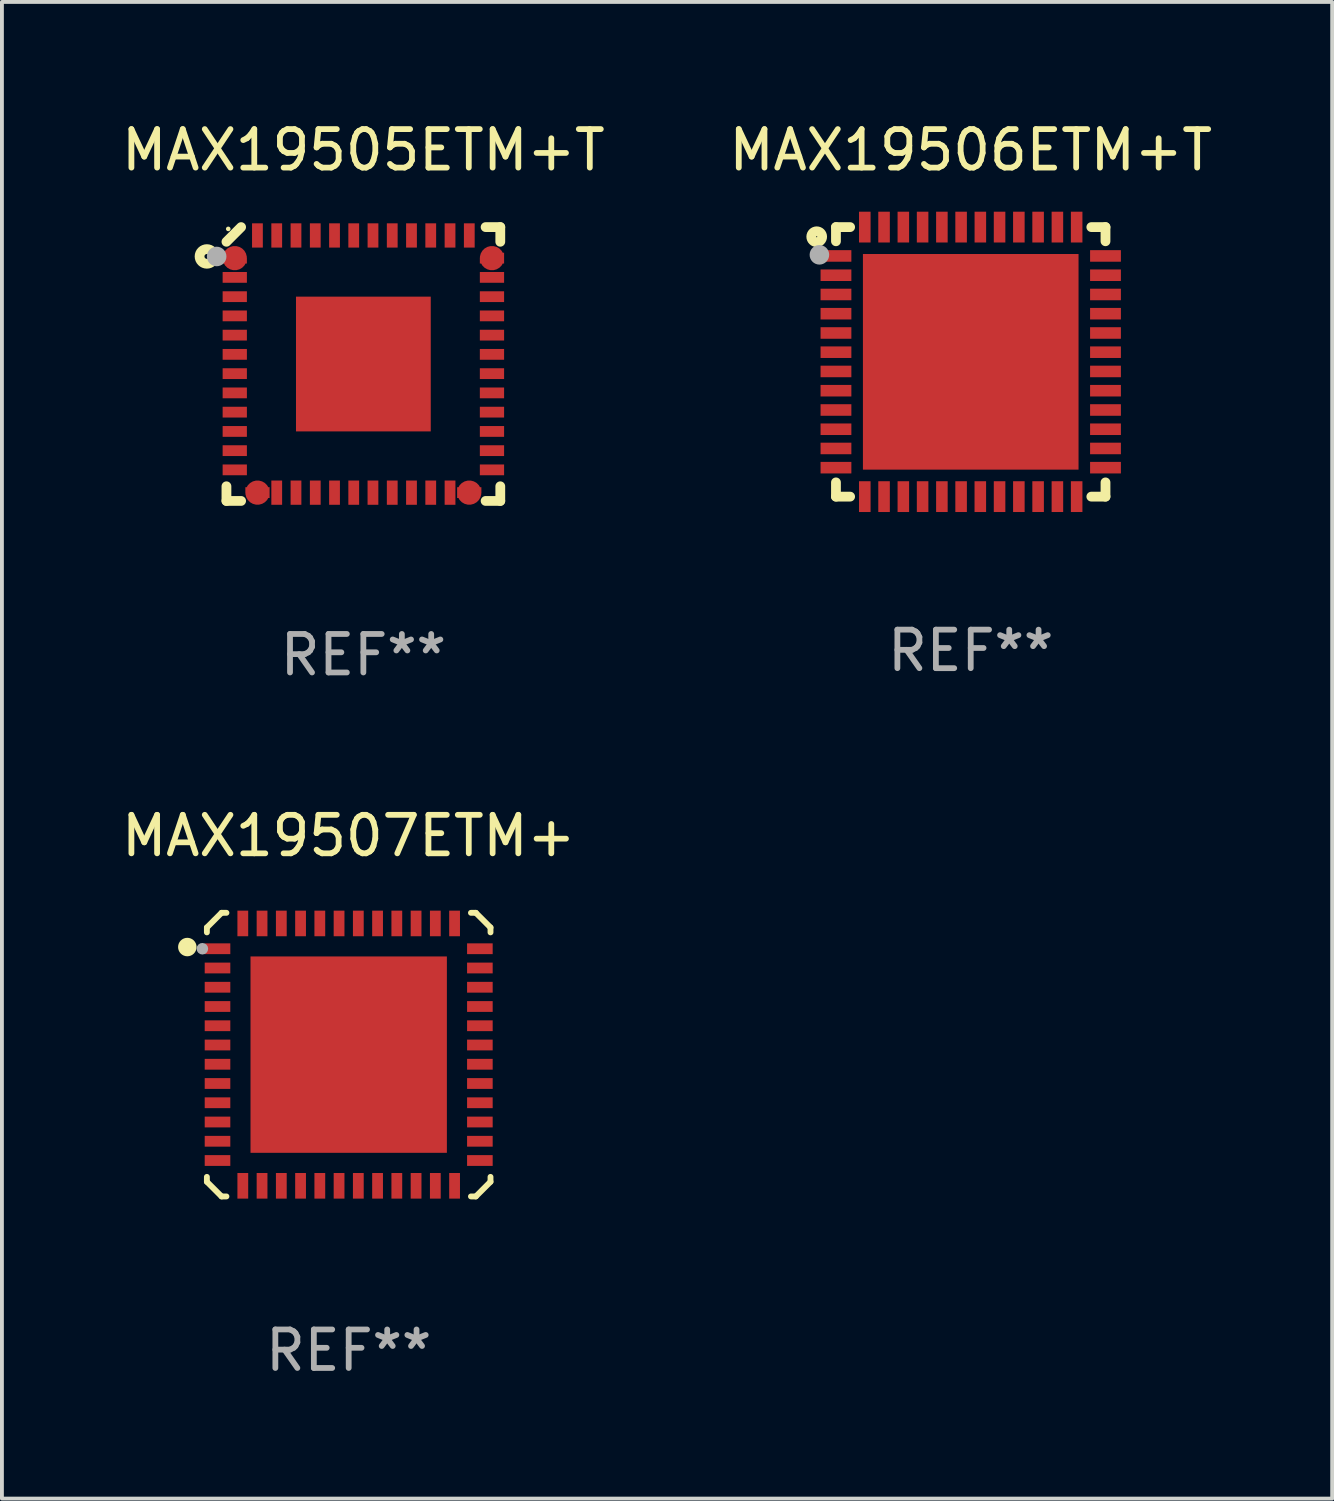
<source format=kicad_pcb>
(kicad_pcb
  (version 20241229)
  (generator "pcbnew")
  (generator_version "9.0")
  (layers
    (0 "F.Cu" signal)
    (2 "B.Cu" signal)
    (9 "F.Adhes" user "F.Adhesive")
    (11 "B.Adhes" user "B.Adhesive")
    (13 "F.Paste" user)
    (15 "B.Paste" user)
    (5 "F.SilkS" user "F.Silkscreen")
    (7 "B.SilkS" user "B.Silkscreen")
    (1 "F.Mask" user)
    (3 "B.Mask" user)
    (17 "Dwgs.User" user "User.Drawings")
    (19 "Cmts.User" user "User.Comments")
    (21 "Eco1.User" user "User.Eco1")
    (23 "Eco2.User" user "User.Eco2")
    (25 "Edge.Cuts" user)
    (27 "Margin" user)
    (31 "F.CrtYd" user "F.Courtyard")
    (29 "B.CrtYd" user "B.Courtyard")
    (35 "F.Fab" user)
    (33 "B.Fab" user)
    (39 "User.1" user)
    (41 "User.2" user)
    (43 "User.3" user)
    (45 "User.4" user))
  (footprint "MAX19507ETM+"
    (layer "F.Cu")
    (at 6.006 24.34)
    (property "Reference" "MAX19507ETM+" (at 0 -5.683 0) (layer "F.SilkS") (effects (font (size 1 1) (thickness 0.15))))
    (attr through_hole)
    (fp_line (start -3.683 -3.302) (end -3.302 -3.683) (stroke (width 0.152) (type solid)) (layer "F.SilkS"))
    (fp_line (start -3.683 -3.175) (end -3.683 -3.302) (stroke (width 0.152) (type solid)) (layer "F.SilkS"))
    (fp_line (start -3.683 3.302) (end -3.683 3.175) (stroke (width 0.152) (type solid)) (layer "F.SilkS"))
    (fp_line (start -3.302 -3.683) (end -3.175 -3.683) (stroke (width 0.152) (type solid)) (layer "F.SilkS"))
    (fp_line (start -3.302 3.683) (end -3.683 3.302) (stroke (width 0.152) (type solid)) (layer "F.SilkS"))
    (fp_line (start -3.175 3.683) (end -3.302 3.683) (stroke (width 0.152) (type solid)) (layer "F.SilkS"))
    (fp_line (start 3.175 -3.683) (end 3.302 -3.683) (stroke (width 0.152) (type solid)) (layer "F.SilkS"))
    (fp_line (start 3.302 -3.683) (end 3.683 -3.302) (stroke (width 0.152) (type solid)) (layer "F.SilkS"))
    (fp_line (start 3.302 3.683) (end 3.175 3.683) (stroke (width 0.152) (type solid)) (layer "F.SilkS"))
    (fp_line (start 3.683 -3.302) (end 3.683 -3.175) (stroke (width 0.152) (type solid)) (layer "F.SilkS"))
    (fp_line (start 3.683 3.175) (end 3.683 3.302) (stroke (width 0.152) (type solid)) (layer "F.SilkS"))
    (fp_line (start 3.683 3.302) (end 3.302 3.683) (stroke (width 0.152) (type solid)) (layer "F.SilkS"))
    (fp_circle (center -4.191 -2.794) (end -4.071 -2.794) (stroke (width 0.24) (type solid)) (fill no) (layer "F.SilkS"))
    (fp_circle (center -3.5 -3.5) (end -3.47 -3.5) (stroke (width 0.06) (type solid)) (fill no) (layer "F.SilkS"))
    (fp_circle (center -3.8 -2.75) (end -3.725 -2.75) (stroke (width 0.15) (type solid)) (fill no) (layer "F.Fab"))
    (fp_text user "REF**" (at 0 7.683 0) (layer "F.Fab") (effects (font (size 1 1) (thickness 0.15))))
    (pad "1" smd rect (at -3.407 -2.75) (size 0.665 0.28) (layers "F.Cu" "F.Mask" "F.Paste"))
    (pad "2" smd rect (at -3.407 -2.25) (size 0.665 0.28) (layers "F.Cu" "F.Mask" "F.Paste"))
    (pad "3" smd rect (at -3.407 -1.75) (size 0.665 0.28) (layers "F.Cu" "F.Mask" "F.Paste"))
    (pad "4" smd rect (at -3.407 -1.25) (size 0.665 0.28) (layers "F.Cu" "F.Mask" "F.Paste"))
    (pad "5" smd rect (at -3.407 -0.75) (size 0.665 0.28) (layers "F.Cu" "F.Mask" "F.Paste"))
    (pad "6" smd rect (at -3.407 -0.25) (size 0.665 0.28) (layers "F.Cu" "F.Mask" "F.Paste"))
    (pad "7" smd rect (at -3.407 0.25) (size 0.665 0.28) (layers "F.Cu" "F.Mask" "F.Paste"))
    (pad "8" smd rect (at -3.407 0.75) (size 0.665 0.28) (layers "F.Cu" "F.Mask" "F.Paste"))
    (pad "9" smd rect (at -3.407 1.25) (size 0.665 0.28) (layers "F.Cu" "F.Mask" "F.Paste"))
    (pad "10" smd rect (at -3.407 1.75) (size 0.665 0.28) (layers "F.Cu" "F.Mask" "F.Paste"))
    (pad "11" smd rect (at -3.407 2.25) (size 0.665 0.28) (layers "F.Cu" "F.Mask" "F.Paste"))
    (pad "12" smd rect (at -3.407 2.75) (size 0.665 0.28) (layers "F.Cu" "F.Mask" "F.Paste"))
    (pad "13" smd rect (at -2.75 3.407) (size 0.28 0.665) (layers "F.Cu" "F.Mask" "F.Paste"))
    (pad "14" smd rect (at -2.25 3.407) (size 0.28 0.665) (layers "F.Cu" "F.Mask" "F.Paste"))
    (pad "15" smd rect (at -1.75 3.407) (size 0.28 0.665) (layers "F.Cu" "F.Mask" "F.Paste"))
    (pad "16" smd rect (at -1.25 3.407) (size 0.28 0.665) (layers "F.Cu" "F.Mask" "F.Paste"))
    (pad "17" smd rect (at -0.75 3.407) (size 0.28 0.665) (layers "F.Cu" "F.Mask" "F.Paste"))
    (pad "18" smd rect (at -0.25 3.407) (size 0.28 0.665) (layers "F.Cu" "F.Mask" "F.Paste"))
    (pad "19" smd rect (at 0.25 3.407) (size 0.28 0.665) (layers "F.Cu" "F.Mask" "F.Paste"))
    (pad "20" smd rect (at 0.75 3.407) (size 0.28 0.665) (layers "F.Cu" "F.Mask" "F.Paste"))
    (pad "21" smd rect (at 1.25 3.407) (size 0.28 0.665) (layers "F.Cu" "F.Mask" "F.Paste"))
    (pad "22" smd rect (at 1.75 3.407) (size 0.28 0.665) (layers "F.Cu" "F.Mask" "F.Paste"))
    (pad "23" smd rect (at 2.25 3.407) (size 0.28 0.665) (layers "F.Cu" "F.Mask" "F.Paste"))
    (pad "24" smd rect (at 2.75 3.407) (size 0.28 0.665) (layers "F.Cu" "F.Mask" "F.Paste"))
    (pad "25" smd rect (at 3.407 2.75) (size 0.665 0.28) (layers "F.Cu" "F.Mask" "F.Paste"))
    (pad "26" smd rect (at 3.407 2.25) (size 0.665 0.28) (layers "F.Cu" "F.Mask" "F.Paste"))
    (pad "27" smd rect (at 3.407 1.75) (size 0.665 0.28) (layers "F.Cu" "F.Mask" "F.Paste"))
    (pad "28" smd rect (at 3.407 1.25) (size 0.665 0.28) (layers "F.Cu" "F.Mask" "F.Paste"))
    (pad "29" smd rect (at 3.407 0.75) (size 0.665 0.28) (layers "F.Cu" "F.Mask" "F.Paste"))
    (pad "30" smd rect (at 3.407 0.25) (size 0.665 0.28) (layers "F.Cu" "F.Mask" "F.Paste"))
    (pad "31" smd rect (at 3.407 -0.25) (size 0.665 0.28) (layers "F.Cu" "F.Mask" "F.Paste"))
    (pad "32" smd rect (at 3.407 -0.75) (size 0.665 0.28) (layers "F.Cu" "F.Mask" "F.Paste"))
    (pad "33" smd rect (at 3.407 -1.25) (size 0.665 0.28) (layers "F.Cu" "F.Mask" "F.Paste"))
    (pad "34" smd rect (at 3.407 -1.75) (size 0.665 0.28) (layers "F.Cu" "F.Mask" "F.Paste"))
    (pad "35" smd rect (at 3.407 -2.25) (size 0.665 0.28) (layers "F.Cu" "F.Mask" "F.Paste"))
    (pad "36" smd rect (at 3.407 -2.75) (size 0.665 0.28) (layers "F.Cu" "F.Mask" "F.Paste"))
    (pad "37" smd rect (at 2.75 -3.407) (size 0.28 0.665) (layers "F.Cu" "F.Mask" "F.Paste"))
    (pad "38" smd rect (at 2.25 -3.407) (size 0.28 0.665) (layers "F.Cu" "F.Mask" "F.Paste"))
    (pad "39" smd rect (at 1.75 -3.407) (size 0.28 0.665) (layers "F.Cu" "F.Mask" "F.Paste"))
    (pad "40" smd rect (at 1.25 -3.407) (size 0.28 0.665) (layers "F.Cu" "F.Mask" "F.Paste"))
    (pad "41" smd rect (at 0.75 -3.407) (size 0.28 0.665) (layers "F.Cu" "F.Mask" "F.Paste"))
    (pad "42" smd rect (at 0.25 -3.407) (size 0.28 0.665) (layers "F.Cu" "F.Mask" "F.Paste"))
    (pad "43" smd rect (at -0.25 -3.407) (size 0.28 0.665) (layers "F.Cu" "F.Mask" "F.Paste"))
    (pad "44" smd rect (at -0.75 -3.407) (size 0.28 0.665) (layers "F.Cu" "F.Mask" "F.Paste"))
    (pad "45" smd rect (at -1.25 -3.407) (size 0.28 0.665) (layers "F.Cu" "F.Mask" "F.Paste"))
    (pad "46" smd rect (at -1.75 -3.407) (size 0.28 0.665) (layers "F.Cu" "F.Mask" "F.Paste"))
    (pad "47" smd rect (at -2.25 -3.407) (size 0.28 0.665) (layers "F.Cu" "F.Mask" "F.Paste"))
    (pad "48" smd rect (at -2.75 -3.407) (size 0.28 0.665) (layers "F.Cu" "F.Mask" "F.Paste"))
    (pad "49" smd rect (at 0 0) (size 5.1 5.1) (layers "F.Cu" "F.Mask" "F.Paste")))
  (footprint "MAX19506ETM+T"
    (layer "F.Cu")
    (at 22.161 6.348)
    (property "Reference" "MAX19506ETM+T" (at 0 -5.5 0) (layer "F.SilkS") (effects (font (size 1 1) (thickness 0.15))))
    (attr through_hole)
    (fp_line (start -3.5 -3.5) (end -3.132 -3.5) (stroke (width 0.254) (type solid)) (layer "F.SilkS"))
    (fp_line (start -3.5 -3.132) (end -3.5 -3.5) (stroke (width 0.254) (type solid)) (layer "F.SilkS"))
    (fp_line (start -3.5 3.5) (end -3.5 3.13) (stroke (width 0.254) (type solid)) (layer "F.SilkS"))
    (fp_line (start -3.132 3.5) (end -3.5 3.5) (stroke (width 0.254) (type solid)) (layer "F.SilkS"))
    (fp_line (start 3.132 -3.5) (end 3.5 -3.5) (stroke (width 0.254) (type solid)) (layer "F.SilkS"))
    (fp_line (start 3.5 -3.5) (end 3.5 -3.132) (stroke (width 0.254) (type solid)) (layer "F.SilkS"))
    (fp_line (start 3.5 3.13) (end 3.5 3.5) (stroke (width 0.254) (type solid)) (layer "F.SilkS"))
    (fp_line (start 3.5 3.5) (end 3.132 3.5) (stroke (width 0.254) (type solid)) (layer "F.SilkS"))
    (fp_circle (center -4 -3.25) (end -3.859 -3.25) (stroke (width 0.254) (type solid)) (fill no) (layer "F.SilkS"))
    (fp_circle (center -3.5 -3.501) (end -3.47 -3.501) (stroke (width 0.06) (type solid)) (fill no) (layer "F.SilkS"))
    (fp_circle (center -3.93 -2.78) (end -3.803 -2.78) (stroke (width 0.254) (type solid)) (fill no) (layer "F.Fab"))
    (fp_text user "REF**" (at 0 7.5 0) (layer "F.Fab") (effects (font (size 1 1) (thickness 0.15))))
    (pad "1" smd rect (at -3.5 -2.751 270) (size 0.3 0.8) (layers "F.Cu" "F.Mask" "F.Paste"))
    (pad "2" smd rect (at -3.5 -2.25 270) (size 0.3 0.8) (layers "F.Cu" "F.Mask" "F.Paste"))
    (pad "3" smd rect (at -3.5 -1.75 270) (size 0.3 0.8) (layers "F.Cu" "F.Mask" "F.Paste"))
    (pad "4" smd rect (at -3.5 -1.251 270) (size 0.3 0.8) (layers "F.Cu" "F.Mask" "F.Paste"))
    (pad "5" smd rect (at -3.5 -0.75 270) (size 0.3 0.8) (layers "F.Cu" "F.Mask" "F.Paste"))
    (pad "6" smd rect (at -3.5 -0.251 270) (size 0.3 0.8) (layers "F.Cu" "F.Mask" "F.Paste"))
    (pad "7" smd rect (at -3.5 0.249 270) (size 0.3 0.8) (layers "F.Cu" "F.Mask" "F.Paste"))
    (pad "8" smd rect (at -3.5 0.749 270) (size 0.3 0.8) (layers "F.Cu" "F.Mask" "F.Paste"))
    (pad "9" smd rect (at -3.5 1.25 270) (size 0.3 0.8) (layers "F.Cu" "F.Mask" "F.Paste"))
    (pad "10" smd rect (at -3.5 1.75 270) (size 0.3 0.8) (layers "F.Cu" "F.Mask" "F.Paste"))
    (pad "11" smd rect (at -3.5 2.249 270) (size 0.3 0.8) (layers "F.Cu" "F.Mask" "F.Paste"))
    (pad "12" smd rect (at -3.5 2.748 270) (size 0.3 0.8) (layers "F.Cu" "F.Mask" "F.Paste"))
    (pad "13" smd rect (at -2.751 3.5 180) (size 0.3 0.8) (layers "F.Cu" "F.Mask" "F.Paste"))
    (pad "14" smd rect (at -2.251 3.5 180) (size 0.3 0.8) (layers "F.Cu" "F.Mask" "F.Paste"))
    (pad "15" smd rect (at -1.75 3.5 180) (size 0.3 0.8) (layers "F.Cu" "F.Mask" "F.Paste"))
    (pad "16" smd rect (at -1.25 3.5 180) (size 0.3 0.8) (layers "F.Cu" "F.Mask" "F.Paste"))
    (pad "17" smd rect (at -0.749 3.5 180) (size 0.3 0.8) (layers "F.Cu" "F.Mask" "F.Paste"))
    (pad "18" smd rect (at -0.25 3.5 180) (size 0.3 0.8) (layers "F.Cu" "F.Mask" "F.Paste"))
    (pad "19" smd rect (at 0.249 3.5 180) (size 0.3 0.8) (layers "F.Cu" "F.Mask" "F.Paste"))
    (pad "20" smd rect (at 0.749 3.5 180) (size 0.3 0.8) (layers "F.Cu" "F.Mask" "F.Paste"))
    (pad "21" smd rect (at 1.25 3.5 180) (size 0.3 0.8) (layers "F.Cu" "F.Mask" "F.Paste"))
    (pad "22" smd rect (at 1.75 3.5 180) (size 0.3 0.8) (layers "F.Cu" "F.Mask" "F.Paste"))
    (pad "23" smd rect (at 2.251 3.5 180) (size 0.3 0.8) (layers "F.Cu" "F.Mask" "F.Paste"))
    (pad "24" smd rect (at 2.751 3.5 180) (size 0.3 0.8) (layers "F.Cu" "F.Mask" "F.Paste"))
    (pad "25" smd rect (at 3.5 2.748 270) (size 0.3 0.8) (layers "F.Cu" "F.Mask" "F.Paste"))
    (pad "26" smd rect (at 3.5 2.249 270) (size 0.3 0.8) (layers "F.Cu" "F.Mask" "F.Paste"))
    (pad "27" smd rect (at 3.5 1.75 270) (size 0.3 0.8) (layers "F.Cu" "F.Mask" "F.Paste"))
    (pad "28" smd rect (at 3.5 1.25 270) (size 0.3 0.8) (layers "F.Cu" "F.Mask" "F.Paste"))
    (pad "29" smd rect (at 3.5 0.749 270) (size 0.3 0.8) (layers "F.Cu" "F.Mask" "F.Paste"))
    (pad "30" smd rect (at 3.5 0.249 270) (size 0.3 0.8) (layers "F.Cu" "F.Mask" "F.Paste"))
    (pad "31" smd rect (at 3.5 -0.251 270) (size 0.3 0.8) (layers "F.Cu" "F.Mask" "F.Paste"))
    (pad "32" smd rect (at 3.5 -0.75 270) (size 0.3 0.8) (layers "F.Cu" "F.Mask" "F.Paste"))
    (pad "33" smd rect (at 3.5 -1.251 270) (size 0.3 0.8) (layers "F.Cu" "F.Mask" "F.Paste"))
    (pad "34" smd rect (at 3.5 -1.75 270) (size 0.3 0.8) (layers "F.Cu" "F.Mask" "F.Paste"))
    (pad "35" smd rect (at 3.5 -2.25 270) (size 0.3 0.8) (layers "F.Cu" "F.Mask" "F.Paste"))
    (pad "36" smd rect (at 3.5 -2.751 270) (size 0.3 0.8) (layers "F.Cu" "F.Mask" "F.Paste"))
    (pad "37" smd rect (at 2.751 -3.5 180) (size 0.3 0.8) (layers "F.Cu" "F.Mask" "F.Paste"))
    (pad "38" smd rect (at 2.251 -3.5 180) (size 0.3 0.8) (layers "F.Cu" "F.Mask" "F.Paste"))
    (pad "39" smd rect (at 1.75 -3.5 180) (size 0.3 0.8) (layers "F.Cu" "F.Mask" "F.Paste"))
    (pad "40" smd rect (at 1.25 -3.5 180) (size 0.3 0.8) (layers "F.Cu" "F.Mask" "F.Paste"))
    (pad "41" smd rect (at 0.749 -3.5 180) (size 0.3 0.8) (layers "F.Cu" "F.Mask" "F.Paste"))
    (pad "42" smd rect (at 0.25 -3.5 180) (size 0.3 0.8) (layers "F.Cu" "F.Mask" "F.Paste"))
    (pad "43" smd rect (at -0.25 -3.5 180) (size 0.3 0.8) (layers "F.Cu" "F.Mask" "F.Paste"))
    (pad "44" smd rect (at -0.749 -3.5 180) (size 0.3 0.8) (layers "F.Cu" "F.Mask" "F.Paste"))
    (pad "45" smd rect (at -1.25 -3.5 180) (size 0.3 0.8) (layers "F.Cu" "F.Mask" "F.Paste"))
    (pad "46" smd rect (at -1.75 -3.5 180) (size 0.3 0.8) (layers "F.Cu" "F.Mask" "F.Paste"))
    (pad "47" smd rect (at -2.251 -3.5 180) (size 0.3 0.8) (layers "F.Cu" "F.Mask" "F.Paste"))
    (pad "48" smd rect (at -2.751 -3.5 180) (size 0.3 0.8) (layers "F.Cu" "F.Mask" "F.Paste"))
    (pad "49" smd rect (at 0.000127 -0.001 180) (size 5.6 5.6) (layers "F.Cu" "F.Mask" "F.Paste")))
  (footprint "MAX19505ETM+T"
    (layer "F.Cu")
    (at 6.387 6.404)
    (property "Reference" "MAX19505ETM+T" (at 0 -5.556 0) (layer "F.SilkS") (effects (font (size 1 1) (thickness 0.15))))
    (attr through_hole)
    (fp_line (start -3.556 3.175) (end -3.556 3.556) (stroke (width 0.254) (type solid)) (layer "F.SilkS"))
    (fp_line (start -3.556 3.556) (end -3.175 3.556) (stroke (width 0.254) (type solid)) (layer "F.SilkS"))
    (fp_line (start -3.175 -3.556) (end -3.556 -3.175) (stroke (width 0.254) (type solid)) (layer "F.SilkS"))
    (fp_line (start 3.175 -3.556) (end 3.556 -3.556) (stroke (width 0.254) (type solid)) (layer "F.SilkS"))
    (fp_line (start 3.556 -3.556) (end 3.556 -3.175) (stroke (width 0.254) (type solid)) (layer "F.SilkS"))
    (fp_line (start 3.556 3.175) (end 3.556 3.556) (stroke (width 0.254) (type solid)) (layer "F.SilkS"))
    (fp_line (start 3.556 3.556) (end 3.175 3.556) (stroke (width 0.254) (type solid)) (layer "F.SilkS"))
    (fp_circle (center -4.064 -2.794) (end -4.001 -2.794) (stroke (width 0.254) (type solid)) (fill no) (layer "F.SilkS"))
    (fp_circle (center -3.509 -3.509) (end -3.479 -3.509) (stroke (width 0.06) (type solid)) (fill no) (layer "F.SilkS"))
    (fp_circle (center -3.81 -2.793) (end -3.683 -2.793) (stroke (width 0.254) (type solid)) (fill no) (layer "F.Fab"))
    (fp_text user "REF**" (at 0 7.556 0) (layer "F.Fab") (effects (font (size 1 1) (thickness 0.15))))
    (pad "1" smd custom (at -3.34 -2.75) (size 0.63 0.28) (layers "F.Cu" "F.Mask" "F.Paste") (options (anchor circle)) (primitives (gr_poly (pts (xy -0.315 -0.14) (xy 0.2 -0.14) (xy 0.315 -0.01) (xy 0.315 0.14) (xy -0.315 0.14)) (width 0) (fill yes))))
    (pad "2" smd rect (at -3.34 -2.25) (size 0.63 0.28) (layers "F.Cu" "F.Mask" "F.Paste"))
    (pad "3" smd rect (at -3.34 -1.749) (size 0.63 0.28) (layers "F.Cu" "F.Mask" "F.Paste"))
    (pad "4" smd rect (at -3.34 -1.25) (size 0.63 0.28) (layers "F.Cu" "F.Mask" "F.Paste"))
    (pad "5" smd rect (at -3.34 -0.75) (size 0.63 0.28) (layers "F.Cu" "F.Mask" "F.Paste"))
    (pad "6" smd rect (at -3.34 -0.251) (size 0.63 0.28) (layers "F.Cu" "F.Mask" "F.Paste"))
    (pad "7" smd rect (at -3.34 0.25) (size 0.63 0.28) (layers "F.Cu" "F.Mask" "F.Paste"))
    (pad "8" smd rect (at -3.34 0.75) (size 0.63 0.28) (layers "F.Cu" "F.Mask" "F.Paste"))
    (pad "9" smd rect (at -3.34 1.25) (size 0.63 0.28) (layers "F.Cu" "F.Mask" "F.Paste"))
    (pad "10" smd rect (at -3.34 1.751) (size 0.63 0.28) (layers "F.Cu" "F.Mask" "F.Paste"))
    (pad "11" smd rect (at -3.34 2.25) (size 0.63 0.28) (layers "F.Cu" "F.Mask" "F.Paste"))
    (pad "12" smd rect (at -3.34 2.749) (size 0.63 0.28) (layers "F.Cu" "F.Mask" "F.Paste"))
    (pad "13" smd custom (at -2.75 3.34 90) (size 0.63 0.28) (layers "F.Cu" "F.Mask" "F.Paste") (options (anchor circle)) (primitives (gr_poly (pts (xy -0.14 0.315) (xy -0.14 -0.2) (xy -0.01 -0.315) (xy 0.14 -0.315) (xy 0.14 0.315)) (width 0) (fill yes))))
    (pad "14" smd rect (at -2.25 3.341) (size 0.28 0.63) (layers "F.Cu" "F.Mask" "F.Paste"))
    (pad "15" smd rect (at -1.75 3.341) (size 0.28 0.63) (layers "F.Cu" "F.Mask" "F.Paste"))
    (pad "16" smd rect (at -1.249 3.341) (size 0.28 0.63) (layers "F.Cu" "F.Mask" "F.Paste"))
    (pad "17" smd rect (at -0.749 3.341) (size 0.28 0.63) (layers "F.Cu" "F.Mask" "F.Paste"))
    (pad "18" smd rect (at -0.25 3.341) (size 0.28 0.63) (layers "F.Cu" "F.Mask" "F.Paste"))
    (pad "19" smd rect (at 0.249 3.341) (size 0.28 0.63) (layers "F.Cu" "F.Mask" "F.Paste"))
    (pad "20" smd rect (at 0.75 3.341) (size 0.28 0.63) (layers "F.Cu" "F.Mask" "F.Paste"))
    (pad "21" smd rect (at 1.25 3.341) (size 0.28 0.63) (layers "F.Cu" "F.Mask" "F.Paste"))
    (pad "22" smd rect (at 1.75 3.341) (size 0.28 0.63) (layers "F.Cu" "F.Mask" "F.Paste"))
    (pad "23" smd rect (at 2.251 3.341) (size 0.28 0.63) (layers "F.Cu" "F.Mask" "F.Paste"))
    (pad "24" smd custom (at 2.75 3.34 270) (size 0.63 0.28) (layers "F.Cu" "F.Mask" "F.Paste") (options (anchor circle)) (primitives (gr_poly (pts (xy 0.14 0.315) (xy 0.14 -0.2) (xy 0.01 -0.315) (xy -0.14 -0.315) (xy -0.14 0.315)) (width 0) (fill yes))))
    (pad "25" smd rect (at 3.34 2.749) (size 0.63 0.28) (layers "F.Cu" "F.Mask" "F.Paste"))
    (pad "26" smd rect (at 3.34 2.25) (size 0.63 0.28) (layers "F.Cu" "F.Mask" "F.Paste"))
    (pad "27" smd rect (at 3.34 1.751) (size 0.63 0.28) (layers "F.Cu" "F.Mask" "F.Paste"))
    (pad "28" smd rect (at 3.34 1.25) (size 0.63 0.28) (layers "F.Cu" "F.Mask" "F.Paste"))
    (pad "29" smd rect (at 3.34 0.75) (size 0.63 0.28) (layers "F.Cu" "F.Mask" "F.Paste"))
    (pad "30" smd rect (at 3.34 0.25) (size 0.63 0.28) (layers "F.Cu" "F.Mask" "F.Paste"))
    (pad "31" smd rect (at 3.34 -0.251) (size 0.63 0.28) (layers "F.Cu" "F.Mask" "F.Paste"))
    (pad "32" smd rect (at 3.34 -0.75) (size 0.63 0.28) (layers "F.Cu" "F.Mask" "F.Paste"))
    (pad "33" smd rect (at 3.34 -1.25) (size 0.63 0.28) (layers "F.Cu" "F.Mask" "F.Paste"))
    (pad "34" smd rect (at 3.34 -1.749) (size 0.63 0.28) (layers "F.Cu" "F.Mask" "F.Paste"))
    (pad "35" smd rect (at 3.34 -2.25) (size 0.63 0.28) (layers "F.Cu" "F.Mask" "F.Paste"))
    (pad "36" smd custom (at 3.34 -2.75) (size 0.63 0.28) (layers "F.Cu" "F.Mask" "F.Paste") (options (anchor circle)) (primitives (gr_poly (pts (xy 0.315 -0.14) (xy -0.2 -0.14) (xy -0.315 -0.01) (xy -0.315 0.14) (xy 0.315 0.14)) (width 0) (fill yes))))
    (pad "37" smd rect (at 2.751 -3.339) (size 0.28 0.63) (layers "F.Cu" "F.Mask" "F.Paste"))
    (pad "38" smd rect (at 2.251 -3.339) (size 0.28 0.63) (layers "F.Cu" "F.Mask" "F.Paste"))
    (pad "39" smd rect (at 1.75 -3.339) (size 0.28 0.63) (layers "F.Cu" "F.Mask" "F.Paste"))
    (pad "40" smd rect (at 1.25 -3.339) (size 0.28 0.63) (layers "F.Cu" "F.Mask" "F.Paste"))
    (pad "41" smd rect (at 0.75 -3.339) (size 0.28 0.63) (layers "F.Cu" "F.Mask" "F.Paste"))
    (pad "42" smd rect (at 0.25 -3.339) (size 0.28 0.63) (layers "F.Cu" "F.Mask" "F.Paste"))
    (pad "43" smd rect (at -0.25 -3.339) (size 0.28 0.63) (layers "F.Cu" "F.Mask" "F.Paste"))
    (pad "44" smd rect (at -0.749 -3.339) (size 0.28 0.63) (layers "F.Cu" "F.Mask" "F.Paste"))
    (pad "45" smd rect (at -1.249 -3.339) (size 0.28 0.63) (layers "F.Cu" "F.Mask" "F.Paste"))
    (pad "46" smd rect (at -1.75 -3.339) (size 0.28 0.63) (layers "F.Cu" "F.Mask" "F.Paste"))
    (pad "47" smd rect (at -2.25 -3.339) (size 0.28 0.63) (layers "F.Cu" "F.Mask" "F.Paste"))
    (pad "48" smd rect (at -2.751 -3.339) (size 0.28 0.63) (layers "F.Cu" "F.Mask" "F.Paste"))
    (pad "49" smd rect (at 0.000203 0.000051 180) (size 3.5 3.5) (layers "F.Cu" "F.Mask" "F.Paste")))
  (gr_rect
    (start -3 -3)
    (end 31.548 35.871)
    (stroke (width 0.1) (type default))
    (fill no)
    (layer "Edge.Cuts")))
</source>
